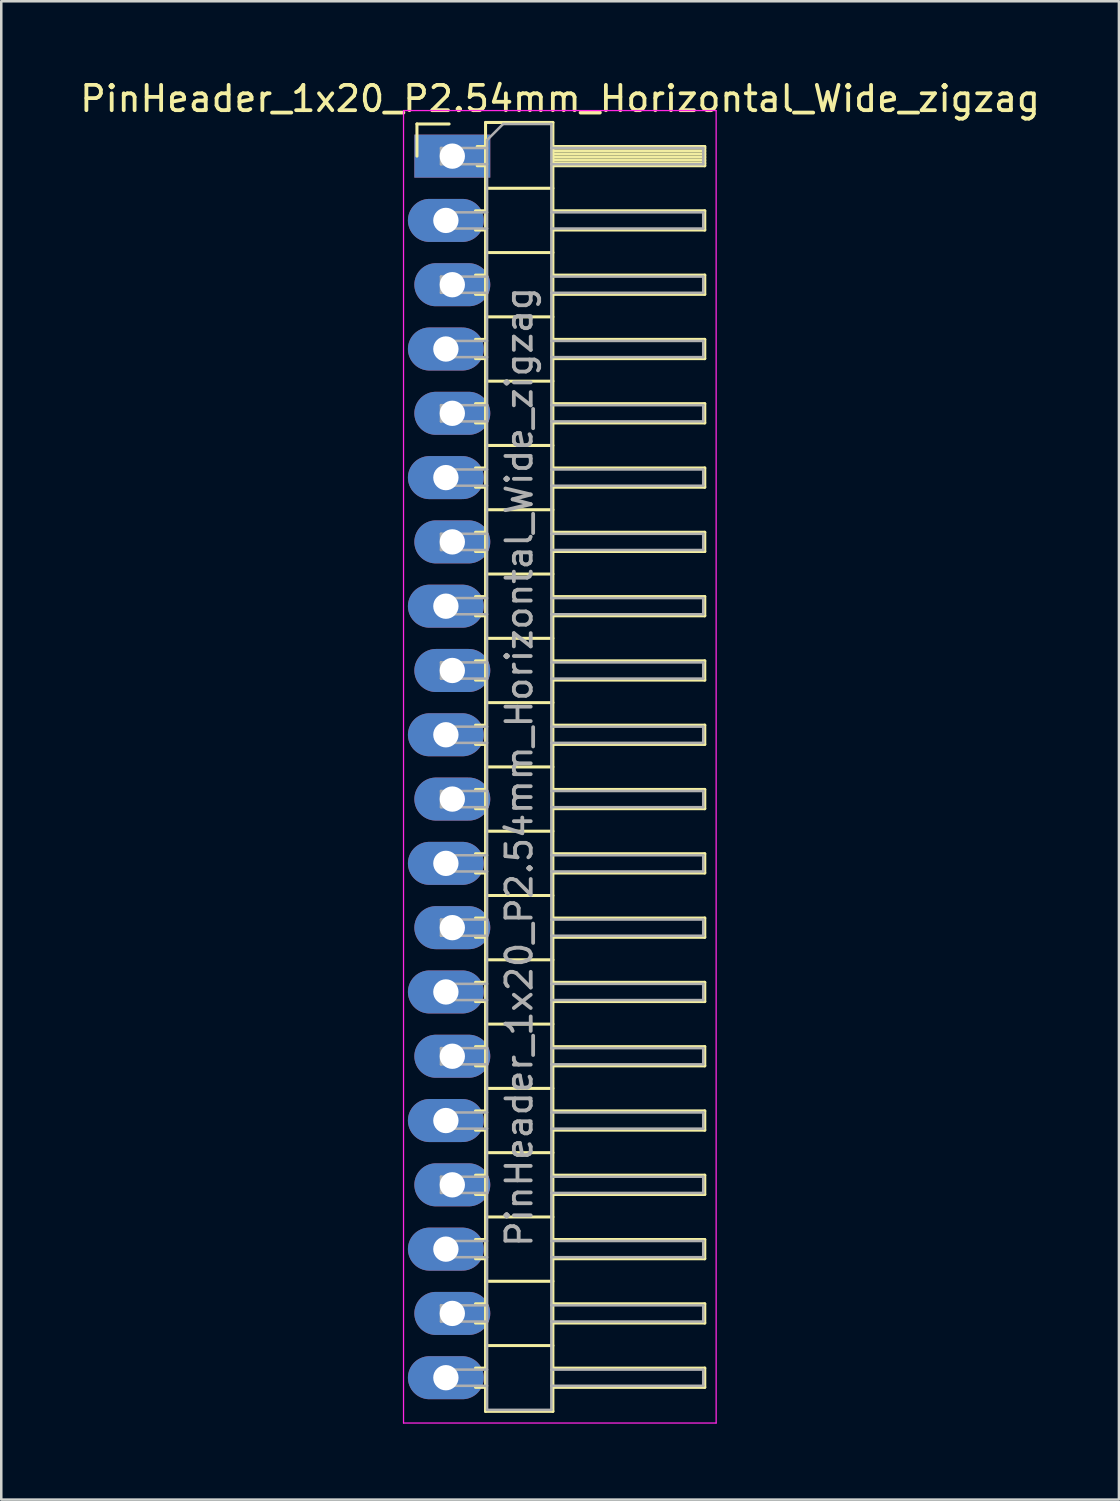
<source format=kicad_pcb>
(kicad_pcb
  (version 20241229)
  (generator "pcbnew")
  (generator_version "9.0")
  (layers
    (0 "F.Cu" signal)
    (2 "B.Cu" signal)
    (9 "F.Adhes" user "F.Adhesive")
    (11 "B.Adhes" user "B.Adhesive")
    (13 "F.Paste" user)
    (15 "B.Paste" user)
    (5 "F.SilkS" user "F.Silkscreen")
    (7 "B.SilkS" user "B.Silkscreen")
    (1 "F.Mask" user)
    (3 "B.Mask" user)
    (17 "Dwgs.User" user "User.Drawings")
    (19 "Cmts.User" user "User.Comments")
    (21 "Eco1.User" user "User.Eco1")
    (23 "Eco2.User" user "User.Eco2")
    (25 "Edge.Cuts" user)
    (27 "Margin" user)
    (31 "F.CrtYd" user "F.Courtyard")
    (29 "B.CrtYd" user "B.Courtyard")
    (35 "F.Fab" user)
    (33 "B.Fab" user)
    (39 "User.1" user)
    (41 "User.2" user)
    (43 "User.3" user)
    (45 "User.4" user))
  (footprint "PinHeader_1x20_P2.54mm_Horizontal_Wide_zigzag"
    (layer "F.Cu")
    (at 14.692 3.118)
    (property "Reference" "PinHeader_1x20_P2.54mm_Horizontal_Wide_zigzag" (at 4.385 -2.27 0) (layer "F.SilkS") (effects (font (size 1 1) (thickness 0.15))))
    (attr through_hole)
    (fp_line (start -1.27 -1.27) (end 0 -1.27) (stroke (width 0.12) (type solid)) (layer "F.SilkS"))
    (fp_line (start -1.27 0) (end -1.27 -1.27) (stroke (width 0.12) (type solid)) (layer "F.SilkS"))
    (fp_line (start 1.043 2.16) (end 1.44 2.16) (stroke (width 0.12) (type solid)) (layer "F.SilkS"))
    (fp_line (start 1.043 2.92) (end 1.44 2.92) (stroke (width 0.12) (type solid)) (layer "F.SilkS"))
    (fp_line (start 1.043 4.7) (end 1.44 4.7) (stroke (width 0.12) (type solid)) (layer "F.SilkS"))
    (fp_line (start 1.043 5.46) (end 1.44 5.46) (stroke (width 0.12) (type solid)) (layer "F.SilkS"))
    (fp_line (start 1.043 7.24) (end 1.44 7.24) (stroke (width 0.12) (type solid)) (layer "F.SilkS"))
    (fp_line (start 1.043 8) (end 1.44 8) (stroke (width 0.12) (type solid)) (layer "F.SilkS"))
    (fp_line (start 1.043 9.78) (end 1.44 9.78) (stroke (width 0.12) (type solid)) (layer "F.SilkS"))
    (fp_line (start 1.043 10.54) (end 1.44 10.54) (stroke (width 0.12) (type solid)) (layer "F.SilkS"))
    (fp_line (start 1.043 12.32) (end 1.44 12.32) (stroke (width 0.12) (type solid)) (layer "F.SilkS"))
    (fp_line (start 1.043 13.08) (end 1.44 13.08) (stroke (width 0.12) (type solid)) (layer "F.SilkS"))
    (fp_line (start 1.043 14.86) (end 1.44 14.86) (stroke (width 0.12) (type solid)) (layer "F.SilkS"))
    (fp_line (start 1.043 15.62) (end 1.44 15.62) (stroke (width 0.12) (type solid)) (layer "F.SilkS"))
    (fp_line (start 1.043 17.4) (end 1.44 17.4) (stroke (width 0.12) (type solid)) (layer "F.SilkS"))
    (fp_line (start 1.043 18.16) (end 1.44 18.16) (stroke (width 0.12) (type solid)) (layer "F.SilkS"))
    (fp_line (start 1.043 19.94) (end 1.44 19.94) (stroke (width 0.12) (type solid)) (layer "F.SilkS"))
    (fp_line (start 1.043 20.7) (end 1.44 20.7) (stroke (width 0.12) (type solid)) (layer "F.SilkS"))
    (fp_line (start 1.043 22.48) (end 1.44 22.48) (stroke (width 0.12) (type solid)) (layer "F.SilkS"))
    (fp_line (start 1.043 23.24) (end 1.44 23.24) (stroke (width 0.12) (type solid)) (layer "F.SilkS"))
    (fp_line (start 1.043 25.02) (end 1.44 25.02) (stroke (width 0.12) (type solid)) (layer "F.SilkS"))
    (fp_line (start 1.043 25.78) (end 1.44 25.78) (stroke (width 0.12) (type solid)) (layer "F.SilkS"))
    (fp_line (start 1.043 27.56) (end 1.44 27.56) (stroke (width 0.12) (type solid)) (layer "F.SilkS"))
    (fp_line (start 1.043 28.32) (end 1.44 28.32) (stroke (width 0.12) (type solid)) (layer "F.SilkS"))
    (fp_line (start 1.043 30.1) (end 1.44 30.1) (stroke (width 0.12) (type solid)) (layer "F.SilkS"))
    (fp_line (start 1.043 30.86) (end 1.44 30.86) (stroke (width 0.12) (type solid)) (layer "F.SilkS"))
    (fp_line (start 1.043 32.64) (end 1.44 32.64) (stroke (width 0.12) (type solid)) (layer "F.SilkS"))
    (fp_line (start 1.043 33.4) (end 1.44 33.4) (stroke (width 0.12) (type solid)) (layer "F.SilkS"))
    (fp_line (start 1.043 35.18) (end 1.44 35.18) (stroke (width 0.12) (type solid)) (layer "F.SilkS"))
    (fp_line (start 1.043 35.94) (end 1.44 35.94) (stroke (width 0.12) (type solid)) (layer "F.SilkS"))
    (fp_line (start 1.043 37.72) (end 1.44 37.72) (stroke (width 0.12) (type solid)) (layer "F.SilkS"))
    (fp_line (start 1.043 38.48) (end 1.44 38.48) (stroke (width 0.12) (type solid)) (layer "F.SilkS"))
    (fp_line (start 1.043 40.26) (end 1.44 40.26) (stroke (width 0.12) (type solid)) (layer "F.SilkS"))
    (fp_line (start 1.043 41.02) (end 1.44 41.02) (stroke (width 0.12) (type solid)) (layer "F.SilkS"))
    (fp_line (start 1.043 42.8) (end 1.44 42.8) (stroke (width 0.12) (type solid)) (layer "F.SilkS"))
    (fp_line (start 1.043 43.56) (end 1.44 43.56) (stroke (width 0.12) (type solid)) (layer "F.SilkS"))
    (fp_line (start 1.043 45.34) (end 1.44 45.34) (stroke (width 0.12) (type solid)) (layer "F.SilkS"))
    (fp_line (start 1.043 46.1) (end 1.44 46.1) (stroke (width 0.12) (type solid)) (layer "F.SilkS"))
    (fp_line (start 1.043 47.88) (end 1.44 47.88) (stroke (width 0.12) (type solid)) (layer "F.SilkS"))
    (fp_line (start 1.043 48.64) (end 1.44 48.64) (stroke (width 0.12) (type solid)) (layer "F.SilkS"))
    (fp_line (start 1.11 -0.38) (end 1.44 -0.38) (stroke (width 0.12) (type solid)) (layer "F.SilkS"))
    (fp_line (start 1.11 0.38) (end 1.44 0.38) (stroke (width 0.12) (type solid)) (layer "F.SilkS"))
    (fp_line (start 1.44 -1.33) (end 1.44 49.59) (stroke (width 0.12) (type solid)) (layer "F.SilkS"))
    (fp_line (start 1.44 1.27) (end 4.1 1.27) (stroke (width 0.12) (type solid)) (layer "F.SilkS"))
    (fp_line (start 1.44 3.81) (end 4.1 3.81) (stroke (width 0.12) (type solid)) (layer "F.SilkS"))
    (fp_line (start 1.44 6.35) (end 4.1 6.35) (stroke (width 0.12) (type solid)) (layer "F.SilkS"))
    (fp_line (start 1.44 8.89) (end 4.1 8.89) (stroke (width 0.12) (type solid)) (layer "F.SilkS"))
    (fp_line (start 1.44 11.43) (end 4.1 11.43) (stroke (width 0.12) (type solid)) (layer "F.SilkS"))
    (fp_line (start 1.44 13.97) (end 4.1 13.97) (stroke (width 0.12) (type solid)) (layer "F.SilkS"))
    (fp_line (start 1.44 16.51) (end 4.1 16.51) (stroke (width 0.12) (type solid)) (layer "F.SilkS"))
    (fp_line (start 1.44 19.05) (end 4.1 19.05) (stroke (width 0.12) (type solid)) (layer "F.SilkS"))
    (fp_line (start 1.44 21.59) (end 4.1 21.59) (stroke (width 0.12) (type solid)) (layer "F.SilkS"))
    (fp_line (start 1.44 24.13) (end 4.1 24.13) (stroke (width 0.12) (type solid)) (layer "F.SilkS"))
    (fp_line (start 1.44 26.67) (end 4.1 26.67) (stroke (width 0.12) (type solid)) (layer "F.SilkS"))
    (fp_line (start 1.44 29.21) (end 4.1 29.21) (stroke (width 0.12) (type solid)) (layer "F.SilkS"))
    (fp_line (start 1.44 31.75) (end 4.1 31.75) (stroke (width 0.12) (type solid)) (layer "F.SilkS"))
    (fp_line (start 1.44 34.29) (end 4.1 34.29) (stroke (width 0.12) (type solid)) (layer "F.SilkS"))
    (fp_line (start 1.44 36.83) (end 4.1 36.83) (stroke (width 0.12) (type solid)) (layer "F.SilkS"))
    (fp_line (start 1.44 39.37) (end 4.1 39.37) (stroke (width 0.12) (type solid)) (layer "F.SilkS"))
    (fp_line (start 1.44 41.91) (end 4.1 41.91) (stroke (width 0.12) (type solid)) (layer "F.SilkS"))
    (fp_line (start 1.44 44.45) (end 4.1 44.45) (stroke (width 0.12) (type solid)) (layer "F.SilkS"))
    (fp_line (start 1.44 46.99) (end 4.1 46.99) (stroke (width 0.12) (type solid)) (layer "F.SilkS"))
    (fp_line (start 1.44 49.59) (end 4.1 49.59) (stroke (width 0.12) (type solid)) (layer "F.SilkS"))
    (fp_line (start 4.1 -1.33) (end 1.44 -1.33) (stroke (width 0.12) (type solid)) (layer "F.SilkS"))
    (fp_line (start 4.1 -0.38) (end 10.1 -0.38) (stroke (width 0.12) (type solid)) (layer "F.SilkS"))
    (fp_line (start 4.1 -0.32) (end 10.1 -0.32) (stroke (width 0.12) (type solid)) (layer "F.SilkS"))
    (fp_line (start 4.1 -0.2) (end 10.1 -0.2) (stroke (width 0.12) (type solid)) (layer "F.SilkS"))
    (fp_line (start 4.1 -0.08) (end 10.1 -0.08) (stroke (width 0.12) (type solid)) (layer "F.SilkS"))
    (fp_line (start 4.1 0.04) (end 10.1 0.04) (stroke (width 0.12) (type solid)) (layer "F.SilkS"))
    (fp_line (start 4.1 0.16) (end 10.1 0.16) (stroke (width 0.12) (type solid)) (layer "F.SilkS"))
    (fp_line (start 4.1 0.28) (end 10.1 0.28) (stroke (width 0.12) (type solid)) (layer "F.SilkS"))
    (fp_line (start 4.1 2.16) (end 10.1 2.16) (stroke (width 0.12) (type solid)) (layer "F.SilkS"))
    (fp_line (start 4.1 4.7) (end 10.1 4.7) (stroke (width 0.12) (type solid)) (layer "F.SilkS"))
    (fp_line (start 4.1 7.24) (end 10.1 7.24) (stroke (width 0.12) (type solid)) (layer "F.SilkS"))
    (fp_line (start 4.1 9.78) (end 10.1 9.78) (stroke (width 0.12) (type solid)) (layer "F.SilkS"))
    (fp_line (start 4.1 12.32) (end 10.1 12.32) (stroke (width 0.12) (type solid)) (layer "F.SilkS"))
    (fp_line (start 4.1 14.86) (end 10.1 14.86) (stroke (width 0.12) (type solid)) (layer "F.SilkS"))
    (fp_line (start 4.1 17.4) (end 10.1 17.4) (stroke (width 0.12) (type solid)) (layer "F.SilkS"))
    (fp_line (start 4.1 19.94) (end 10.1 19.94) (stroke (width 0.12) (type solid)) (layer "F.SilkS"))
    (fp_line (start 4.1 22.48) (end 10.1 22.48) (stroke (width 0.12) (type solid)) (layer "F.SilkS"))
    (fp_line (start 4.1 25.02) (end 10.1 25.02) (stroke (width 0.12) (type solid)) (layer "F.SilkS"))
    (fp_line (start 4.1 27.56) (end 10.1 27.56) (stroke (width 0.12) (type solid)) (layer "F.SilkS"))
    (fp_line (start 4.1 30.1) (end 10.1 30.1) (stroke (width 0.12) (type solid)) (layer "F.SilkS"))
    (fp_line (start 4.1 32.64) (end 10.1 32.64) (stroke (width 0.12) (type solid)) (layer "F.SilkS"))
    (fp_line (start 4.1 35.18) (end 10.1 35.18) (stroke (width 0.12) (type solid)) (layer "F.SilkS"))
    (fp_line (start 4.1 37.72) (end 10.1 37.72) (stroke (width 0.12) (type solid)) (layer "F.SilkS"))
    (fp_line (start 4.1 40.26) (end 10.1 40.26) (stroke (width 0.12) (type solid)) (layer "F.SilkS"))
    (fp_line (start 4.1 42.8) (end 10.1 42.8) (stroke (width 0.12) (type solid)) (layer "F.SilkS"))
    (fp_line (start 4.1 45.34) (end 10.1 45.34) (stroke (width 0.12) (type solid)) (layer "F.SilkS"))
    (fp_line (start 4.1 47.88) (end 10.1 47.88) (stroke (width 0.12) (type solid)) (layer "F.SilkS"))
    (fp_line (start 4.1 49.59) (end 4.1 -1.33) (stroke (width 0.12) (type solid)) (layer "F.SilkS"))
    (fp_line (start 10.1 -0.38) (end 10.1 0.38) (stroke (width 0.12) (type solid)) (layer "F.SilkS"))
    (fp_line (start 10.1 0.38) (end 4.1 0.38) (stroke (width 0.12) (type solid)) (layer "F.SilkS"))
    (fp_line (start 10.1 2.16) (end 10.1 2.92) (stroke (width 0.12) (type solid)) (layer "F.SilkS"))
    (fp_line (start 10.1 2.92) (end 4.1 2.92) (stroke (width 0.12) (type solid)) (layer "F.SilkS"))
    (fp_line (start 10.1 4.7) (end 10.1 5.46) (stroke (width 0.12) (type solid)) (layer "F.SilkS"))
    (fp_line (start 10.1 5.46) (end 4.1 5.46) (stroke (width 0.12) (type solid)) (layer "F.SilkS"))
    (fp_line (start 10.1 7.24) (end 10.1 8) (stroke (width 0.12) (type solid)) (layer "F.SilkS"))
    (fp_line (start 10.1 8) (end 4.1 8) (stroke (width 0.12) (type solid)) (layer "F.SilkS"))
    (fp_line (start 10.1 9.78) (end 10.1 10.54) (stroke (width 0.12) (type solid)) (layer "F.SilkS"))
    (fp_line (start 10.1 10.54) (end 4.1 10.54) (stroke (width 0.12) (type solid)) (layer "F.SilkS"))
    (fp_line (start 10.1 12.32) (end 10.1 13.08) (stroke (width 0.12) (type solid)) (layer "F.SilkS"))
    (fp_line (start 10.1 13.08) (end 4.1 13.08) (stroke (width 0.12) (type solid)) (layer "F.SilkS"))
    (fp_line (start 10.1 14.86) (end 10.1 15.62) (stroke (width 0.12) (type solid)) (layer "F.SilkS"))
    (fp_line (start 10.1 15.62) (end 4.1 15.62) (stroke (width 0.12) (type solid)) (layer "F.SilkS"))
    (fp_line (start 10.1 17.4) (end 10.1 18.16) (stroke (width 0.12) (type solid)) (layer "F.SilkS"))
    (fp_line (start 10.1 18.16) (end 4.1 18.16) (stroke (width 0.12) (type solid)) (layer "F.SilkS"))
    (fp_line (start 10.1 19.94) (end 10.1 20.7) (stroke (width 0.12) (type solid)) (layer "F.SilkS"))
    (fp_line (start 10.1 20.7) (end 4.1 20.7) (stroke (width 0.12) (type solid)) (layer "F.SilkS"))
    (fp_line (start 10.1 22.48) (end 10.1 23.24) (stroke (width 0.12) (type solid)) (layer "F.SilkS"))
    (fp_line (start 10.1 23.24) (end 4.1 23.24) (stroke (width 0.12) (type solid)) (layer "F.SilkS"))
    (fp_line (start 10.1 25.02) (end 10.1 25.78) (stroke (width 0.12) (type solid)) (layer "F.SilkS"))
    (fp_line (start 10.1 25.78) (end 4.1 25.78) (stroke (width 0.12) (type solid)) (layer "F.SilkS"))
    (fp_line (start 10.1 27.56) (end 10.1 28.32) (stroke (width 0.12) (type solid)) (layer "F.SilkS"))
    (fp_line (start 10.1 28.32) (end 4.1 28.32) (stroke (width 0.12) (type solid)) (layer "F.SilkS"))
    (fp_line (start 10.1 30.1) (end 10.1 30.86) (stroke (width 0.12) (type solid)) (layer "F.SilkS"))
    (fp_line (start 10.1 30.86) (end 4.1 30.86) (stroke (width 0.12) (type solid)) (layer "F.SilkS"))
    (fp_line (start 10.1 32.64) (end 10.1 33.4) (stroke (width 0.12) (type solid)) (layer "F.SilkS"))
    (fp_line (start 10.1 33.4) (end 4.1 33.4) (stroke (width 0.12) (type solid)) (layer "F.SilkS"))
    (fp_line (start 10.1 35.18) (end 10.1 35.94) (stroke (width 0.12) (type solid)) (layer "F.SilkS"))
    (fp_line (start 10.1 35.94) (end 4.1 35.94) (stroke (width 0.12) (type solid)) (layer "F.SilkS"))
    (fp_line (start 10.1 37.72) (end 10.1 38.48) (stroke (width 0.12) (type solid)) (layer "F.SilkS"))
    (fp_line (start 10.1 38.48) (end 4.1 38.48) (stroke (width 0.12) (type solid)) (layer "F.SilkS"))
    (fp_line (start 10.1 40.26) (end 10.1 41.02) (stroke (width 0.12) (type solid)) (layer "F.SilkS"))
    (fp_line (start 10.1 41.02) (end 4.1 41.02) (stroke (width 0.12) (type solid)) (layer "F.SilkS"))
    (fp_line (start 10.1 42.8) (end 10.1 43.56) (stroke (width 0.12) (type solid)) (layer "F.SilkS"))
    (fp_line (start 10.1 43.56) (end 4.1 43.56) (stroke (width 0.12) (type solid)) (layer "F.SilkS"))
    (fp_line (start 10.1 45.34) (end 10.1 46.1) (stroke (width 0.12) (type solid)) (layer "F.SilkS"))
    (fp_line (start 10.1 46.1) (end 4.1 46.1) (stroke (width 0.12) (type solid)) (layer "F.SilkS"))
    (fp_line (start 10.1 47.88) (end 10.1 48.64) (stroke (width 0.12) (type solid)) (layer "F.SilkS"))
    (fp_line (start 10.1 48.64) (end 4.1 48.64) (stroke (width 0.12) (type solid)) (layer "F.SilkS"))
    (fp_line (start -1.8 -1.8) (end -1.8 50.05) (stroke (width 0.05) (type solid)) (layer "F.CrtYd"))
    (fp_line (start -1.8 50.05) (end 10.55 50.05) (stroke (width 0.05) (type solid)) (layer "F.CrtYd"))
    (fp_line (start 10.55 -1.8) (end -1.8 -1.8) (stroke (width 0.05) (type solid)) (layer "F.CrtYd"))
    (fp_line (start 10.55 50.05) (end 10.55 -1.8) (stroke (width 0.05) (type solid)) (layer "F.CrtYd"))
    (fp_line (start -0.32 -0.32) (end -0.32 0.32) (stroke (width 0.1) (type solid)) (layer "F.Fab"))
    (fp_line (start -0.32 -0.32) (end 1.5 -0.32) (stroke (width 0.1) (type solid)) (layer "F.Fab"))
    (fp_line (start -0.32 0.32) (end 1.5 0.32) (stroke (width 0.1) (type solid)) (layer "F.Fab"))
    (fp_line (start -0.32 2.22) (end -0.32 2.86) (stroke (width 0.1) (type solid)) (layer "F.Fab"))
    (fp_line (start -0.32 2.22) (end 1.5 2.22) (stroke (width 0.1) (type solid)) (layer "F.Fab"))
    (fp_line (start -0.32 2.86) (end 1.5 2.86) (stroke (width 0.1) (type solid)) (layer "F.Fab"))
    (fp_line (start -0.32 4.76) (end -0.32 5.4) (stroke (width 0.1) (type solid)) (layer "F.Fab"))
    (fp_line (start -0.32 4.76) (end 1.5 4.76) (stroke (width 0.1) (type solid)) (layer "F.Fab"))
    (fp_line (start -0.32 5.4) (end 1.5 5.4) (stroke (width 0.1) (type solid)) (layer "F.Fab"))
    (fp_line (start -0.32 7.3) (end -0.32 7.94) (stroke (width 0.1) (type solid)) (layer "F.Fab"))
    (fp_line (start -0.32 7.3) (end 1.5 7.3) (stroke (width 0.1) (type solid)) (layer "F.Fab"))
    (fp_line (start -0.32 7.94) (end 1.5 7.94) (stroke (width 0.1) (type solid)) (layer "F.Fab"))
    (fp_line (start -0.32 9.84) (end -0.32 10.48) (stroke (width 0.1) (type solid)) (layer "F.Fab"))
    (fp_line (start -0.32 9.84) (end 1.5 9.84) (stroke (width 0.1) (type solid)) (layer "F.Fab"))
    (fp_line (start -0.32 10.48) (end 1.5 10.48) (stroke (width 0.1) (type solid)) (layer "F.Fab"))
    (fp_line (start -0.32 12.38) (end -0.32 13.02) (stroke (width 0.1) (type solid)) (layer "F.Fab"))
    (fp_line (start -0.32 12.38) (end 1.5 12.38) (stroke (width 0.1) (type solid)) (layer "F.Fab"))
    (fp_line (start -0.32 13.02) (end 1.5 13.02) (stroke (width 0.1) (type solid)) (layer "F.Fab"))
    (fp_line (start -0.32 14.92) (end -0.32 15.56) (stroke (width 0.1) (type solid)) (layer "F.Fab"))
    (fp_line (start -0.32 14.92) (end 1.5 14.92) (stroke (width 0.1) (type solid)) (layer "F.Fab"))
    (fp_line (start -0.32 15.56) (end 1.5 15.56) (stroke (width 0.1) (type solid)) (layer "F.Fab"))
    (fp_line (start -0.32 17.46) (end -0.32 18.1) (stroke (width 0.1) (type solid)) (layer "F.Fab"))
    (fp_line (start -0.32 17.46) (end 1.5 17.46) (stroke (width 0.1) (type solid)) (layer "F.Fab"))
    (fp_line (start -0.32 18.1) (end 1.5 18.1) (stroke (width 0.1) (type solid)) (layer "F.Fab"))
    (fp_line (start -0.32 20) (end -0.32 20.64) (stroke (width 0.1) (type solid)) (layer "F.Fab"))
    (fp_line (start -0.32 20) (end 1.5 20) (stroke (width 0.1) (type solid)) (layer "F.Fab"))
    (fp_line (start -0.32 20.64) (end 1.5 20.64) (stroke (width 0.1) (type solid)) (layer "F.Fab"))
    (fp_line (start -0.32 22.54) (end -0.32 23.18) (stroke (width 0.1) (type solid)) (layer "F.Fab"))
    (fp_line (start -0.32 22.54) (end 1.5 22.54) (stroke (width 0.1) (type solid)) (layer "F.Fab"))
    (fp_line (start -0.32 23.18) (end 1.5 23.18) (stroke (width 0.1) (type solid)) (layer "F.Fab"))
    (fp_line (start -0.32 25.08) (end -0.32 25.72) (stroke (width 0.1) (type solid)) (layer "F.Fab"))
    (fp_line (start -0.32 25.08) (end 1.5 25.08) (stroke (width 0.1) (type solid)) (layer "F.Fab"))
    (fp_line (start -0.32 25.72) (end 1.5 25.72) (stroke (width 0.1) (type solid)) (layer "F.Fab"))
    (fp_line (start -0.32 27.62) (end -0.32 28.26) (stroke (width 0.1) (type solid)) (layer "F.Fab"))
    (fp_line (start -0.32 27.62) (end 1.5 27.62) (stroke (width 0.1) (type solid)) (layer "F.Fab"))
    (fp_line (start -0.32 28.26) (end 1.5 28.26) (stroke (width 0.1) (type solid)) (layer "F.Fab"))
    (fp_line (start -0.32 30.16) (end -0.32 30.8) (stroke (width 0.1) (type solid)) (layer "F.Fab"))
    (fp_line (start -0.32 30.16) (end 1.5 30.16) (stroke (width 0.1) (type solid)) (layer "F.Fab"))
    (fp_line (start -0.32 30.8) (end 1.5 30.8) (stroke (width 0.1) (type solid)) (layer "F.Fab"))
    (fp_line (start -0.32 32.7) (end -0.32 33.34) (stroke (width 0.1) (type solid)) (layer "F.Fab"))
    (fp_line (start -0.32 32.7) (end 1.5 32.7) (stroke (width 0.1) (type solid)) (layer "F.Fab"))
    (fp_line (start -0.32 33.34) (end 1.5 33.34) (stroke (width 0.1) (type solid)) (layer "F.Fab"))
    (fp_line (start -0.32 35.24) (end -0.32 35.88) (stroke (width 0.1) (type solid)) (layer "F.Fab"))
    (fp_line (start -0.32 35.24) (end 1.5 35.24) (stroke (width 0.1) (type solid)) (layer "F.Fab"))
    (fp_line (start -0.32 35.88) (end 1.5 35.88) (stroke (width 0.1) (type solid)) (layer "F.Fab"))
    (fp_line (start -0.32 37.78) (end -0.32 38.42) (stroke (width 0.1) (type solid)) (layer "F.Fab"))
    (fp_line (start -0.32 37.78) (end 1.5 37.78) (stroke (width 0.1) (type solid)) (layer "F.Fab"))
    (fp_line (start -0.32 38.42) (end 1.5 38.42) (stroke (width 0.1) (type solid)) (layer "F.Fab"))
    (fp_line (start -0.32 40.32) (end -0.32 40.96) (stroke (width 0.1) (type solid)) (layer "F.Fab"))
    (fp_line (start -0.32 40.32) (end 1.5 40.32) (stroke (width 0.1) (type solid)) (layer "F.Fab"))
    (fp_line (start -0.32 40.96) (end 1.5 40.96) (stroke (width 0.1) (type solid)) (layer "F.Fab"))
    (fp_line (start -0.32 42.86) (end -0.32 43.5) (stroke (width 0.1) (type solid)) (layer "F.Fab"))
    (fp_line (start -0.32 42.86) (end 1.5 42.86) (stroke (width 0.1) (type solid)) (layer "F.Fab"))
    (fp_line (start -0.32 43.5) (end 1.5 43.5) (stroke (width 0.1) (type solid)) (layer "F.Fab"))
    (fp_line (start -0.32 45.4) (end -0.32 46.04) (stroke (width 0.1) (type solid)) (layer "F.Fab"))
    (fp_line (start -0.32 45.4) (end 1.5 45.4) (stroke (width 0.1) (type solid)) (layer "F.Fab"))
    (fp_line (start -0.32 46.04) (end 1.5 46.04) (stroke (width 0.1) (type solid)) (layer "F.Fab"))
    (fp_line (start -0.32 47.94) (end -0.32 48.58) (stroke (width 0.1) (type solid)) (layer "F.Fab"))
    (fp_line (start -0.32 47.94) (end 1.5 47.94) (stroke (width 0.1) (type solid)) (layer "F.Fab"))
    (fp_line (start -0.32 48.58) (end 1.5 48.58) (stroke (width 0.1) (type solid)) (layer "F.Fab"))
    (fp_line (start 1.5 -0.635) (end 2.135 -1.27) (stroke (width 0.1) (type solid)) (layer "F.Fab"))
    (fp_line (start 1.5 49.53) (end 1.5 -0.635) (stroke (width 0.1) (type solid)) (layer "F.Fab"))
    (fp_line (start 2.135 -1.27) (end 4.04 -1.27) (stroke (width 0.1) (type solid)) (layer "F.Fab"))
    (fp_line (start 4.04 -1.27) (end 4.04 49.53) (stroke (width 0.1) (type solid)) (layer "F.Fab"))
    (fp_line (start 4.04 -0.32) (end 10.04 -0.32) (stroke (width 0.1) (type solid)) (layer "F.Fab"))
    (fp_line (start 4.04 0.32) (end 10.04 0.32) (stroke (width 0.1) (type solid)) (layer "F.Fab"))
    (fp_line (start 4.04 2.22) (end 10.04 2.22) (stroke (width 0.1) (type solid)) (layer "F.Fab"))
    (fp_line (start 4.04 2.86) (end 10.04 2.86) (stroke (width 0.1) (type solid)) (layer "F.Fab"))
    (fp_line (start 4.04 4.76) (end 10.04 4.76) (stroke (width 0.1) (type solid)) (layer "F.Fab"))
    (fp_line (start 4.04 5.4) (end 10.04 5.4) (stroke (width 0.1) (type solid)) (layer "F.Fab"))
    (fp_line (start 4.04 7.3) (end 10.04 7.3) (stroke (width 0.1) (type solid)) (layer "F.Fab"))
    (fp_line (start 4.04 7.94) (end 10.04 7.94) (stroke (width 0.1) (type solid)) (layer "F.Fab"))
    (fp_line (start 4.04 9.84) (end 10.04 9.84) (stroke (width 0.1) (type solid)) (layer "F.Fab"))
    (fp_line (start 4.04 10.48) (end 10.04 10.48) (stroke (width 0.1) (type solid)) (layer "F.Fab"))
    (fp_line (start 4.04 12.38) (end 10.04 12.38) (stroke (width 0.1) (type solid)) (layer "F.Fab"))
    (fp_line (start 4.04 13.02) (end 10.04 13.02) (stroke (width 0.1) (type solid)) (layer "F.Fab"))
    (fp_line (start 4.04 14.92) (end 10.04 14.92) (stroke (width 0.1) (type solid)) (layer "F.Fab"))
    (fp_line (start 4.04 15.56) (end 10.04 15.56) (stroke (width 0.1) (type solid)) (layer "F.Fab"))
    (fp_line (start 4.04 17.46) (end 10.04 17.46) (stroke (width 0.1) (type solid)) (layer "F.Fab"))
    (fp_line (start 4.04 18.1) (end 10.04 18.1) (stroke (width 0.1) (type solid)) (layer "F.Fab"))
    (fp_line (start 4.04 20) (end 10.04 20) (stroke (width 0.1) (type solid)) (layer "F.Fab"))
    (fp_line (start 4.04 20.64) (end 10.04 20.64) (stroke (width 0.1) (type solid)) (layer "F.Fab"))
    (fp_line (start 4.04 22.54) (end 10.04 22.54) (stroke (width 0.1) (type solid)) (layer "F.Fab"))
    (fp_line (start 4.04 23.18) (end 10.04 23.18) (stroke (width 0.1) (type solid)) (layer "F.Fab"))
    (fp_line (start 4.04 25.08) (end 10.04 25.08) (stroke (width 0.1) (type solid)) (layer "F.Fab"))
    (fp_line (start 4.04 25.72) (end 10.04 25.72) (stroke (width 0.1) (type solid)) (layer "F.Fab"))
    (fp_line (start 4.04 27.62) (end 10.04 27.62) (stroke (width 0.1) (type solid)) (layer "F.Fab"))
    (fp_line (start 4.04 28.26) (end 10.04 28.26) (stroke (width 0.1) (type solid)) (layer "F.Fab"))
    (fp_line (start 4.04 30.16) (end 10.04 30.16) (stroke (width 0.1) (type solid)) (layer "F.Fab"))
    (fp_line (start 4.04 30.8) (end 10.04 30.8) (stroke (width 0.1) (type solid)) (layer "F.Fab"))
    (fp_line (start 4.04 32.7) (end 10.04 32.7) (stroke (width 0.1) (type solid)) (layer "F.Fab"))
    (fp_line (start 4.04 33.34) (end 10.04 33.34) (stroke (width 0.1) (type solid)) (layer "F.Fab"))
    (fp_line (start 4.04 35.24) (end 10.04 35.24) (stroke (width 0.1) (type solid)) (layer "F.Fab"))
    (fp_line (start 4.04 35.88) (end 10.04 35.88) (stroke (width 0.1) (type solid)) (layer "F.Fab"))
    (fp_line (start 4.04 37.78) (end 10.04 37.78) (stroke (width 0.1) (type solid)) (layer "F.Fab"))
    (fp_line (start 4.04 38.42) (end 10.04 38.42) (stroke (width 0.1) (type solid)) (layer "F.Fab"))
    (fp_line (start 4.04 40.32) (end 10.04 40.32) (stroke (width 0.1) (type solid)) (layer "F.Fab"))
    (fp_line (start 4.04 40.96) (end 10.04 40.96) (stroke (width 0.1) (type solid)) (layer "F.Fab"))
    (fp_line (start 4.04 42.86) (end 10.04 42.86) (stroke (width 0.1) (type solid)) (layer "F.Fab"))
    (fp_line (start 4.04 43.5) (end 10.04 43.5) (stroke (width 0.1) (type solid)) (layer "F.Fab"))
    (fp_line (start 4.04 45.4) (end 10.04 45.4) (stroke (width 0.1) (type solid)) (layer "F.Fab"))
    (fp_line (start 4.04 46.04) (end 10.04 46.04) (stroke (width 0.1) (type solid)) (layer "F.Fab"))
    (fp_line (start 4.04 47.94) (end 10.04 47.94) (stroke (width 0.1) (type solid)) (layer "F.Fab"))
    (fp_line (start 4.04 48.58) (end 10.04 48.58) (stroke (width 0.1) (type solid)) (layer "F.Fab"))
    (fp_line (start 4.04 49.53) (end 1.5 49.53) (stroke (width 0.1) (type solid)) (layer "F.Fab"))
    (fp_line (start 10.04 -0.32) (end 10.04 0.32) (stroke (width 0.1) (type solid)) (layer "F.Fab"))
    (fp_line (start 10.04 2.22) (end 10.04 2.86) (stroke (width 0.1) (type solid)) (layer "F.Fab"))
    (fp_line (start 10.04 4.76) (end 10.04 5.4) (stroke (width 0.1) (type solid)) (layer "F.Fab"))
    (fp_line (start 10.04 7.3) (end 10.04 7.94) (stroke (width 0.1) (type solid)) (layer "F.Fab"))
    (fp_line (start 10.04 9.84) (end 10.04 10.48) (stroke (width 0.1) (type solid)) (layer "F.Fab"))
    (fp_line (start 10.04 12.38) (end 10.04 13.02) (stroke (width 0.1) (type solid)) (layer "F.Fab"))
    (fp_line (start 10.04 14.92) (end 10.04 15.56) (stroke (width 0.1) (type solid)) (layer "F.Fab"))
    (fp_line (start 10.04 17.46) (end 10.04 18.1) (stroke (width 0.1) (type solid)) (layer "F.Fab"))
    (fp_line (start 10.04 20) (end 10.04 20.64) (stroke (width 0.1) (type solid)) (layer "F.Fab"))
    (fp_line (start 10.04 22.54) (end 10.04 23.18) (stroke (width 0.1) (type solid)) (layer "F.Fab"))
    (fp_line (start 10.04 25.08) (end 10.04 25.72) (stroke (width 0.1) (type solid)) (layer "F.Fab"))
    (fp_line (start 10.04 27.62) (end 10.04 28.26) (stroke (width 0.1) (type solid)) (layer "F.Fab"))
    (fp_line (start 10.04 30.16) (end 10.04 30.8) (stroke (width 0.1) (type solid)) (layer "F.Fab"))
    (fp_line (start 10.04 32.7) (end 10.04 33.34) (stroke (width 0.1) (type solid)) (layer "F.Fab"))
    (fp_line (start 10.04 35.24) (end 10.04 35.88) (stroke (width 0.1) (type solid)) (layer "F.Fab"))
    (fp_line (start 10.04 37.78) (end 10.04 38.42) (stroke (width 0.1) (type solid)) (layer "F.Fab"))
    (fp_line (start 10.04 40.32) (end 10.04 40.96) (stroke (width 0.1) (type solid)) (layer "F.Fab"))
    (fp_line (start 10.04 42.86) (end 10.04 43.5) (stroke (width 0.1) (type solid)) (layer "F.Fab"))
    (fp_line (start 10.04 45.4) (end 10.04 46.04) (stroke (width 0.1) (type solid)) (layer "F.Fab"))
    (fp_line (start 10.04 47.94) (end 10.04 48.58) (stroke (width 0.1) (type solid)) (layer "F.Fab"))
    (fp_text user "${REFERENCE}" (at 2.77 24.13 90) (layer "F.Fab") (effects (font (size 1 1) (thickness 0.15))))
    (pad "1" thru_hole rect (at 0.127 0) (size 3 1.7) (drill 1) (layers "*.Cu" "*.Mask"))
    (pad "2" thru_hole oval (at -0.127 2.54) (size 3 1.7) (drill 1) (layers "*.Cu" "*.Mask"))
    (pad "3" thru_hole oval (at 0.127 5.08) (size 3 1.7) (drill 1) (layers "*.Cu" "*.Mask"))
    (pad "4" thru_hole oval (at -0.127 7.62) (size 3 1.7) (drill 1) (layers "*.Cu" "*.Mask"))
    (pad "5" thru_hole oval (at 0.127 10.16) (size 3 1.7) (drill 1) (layers "*.Cu" "*.Mask"))
    (pad "6" thru_hole oval (at -0.127 12.7) (size 3 1.7) (drill 1) (layers "*.Cu" "*.Mask"))
    (pad "7" thru_hole oval (at 0.127 15.24) (size 3 1.7) (drill 1) (layers "*.Cu" "*.Mask"))
    (pad "8" thru_hole oval (at -0.127 17.78) (size 3 1.7) (drill 1) (layers "*.Cu" "*.Mask"))
    (pad "9" thru_hole oval (at 0.127 20.32) (size 3 1.7) (drill 1) (layers "*.Cu" "*.Mask"))
    (pad "10" thru_hole oval (at -0.127 22.86) (size 3 1.7) (drill 1) (layers "*.Cu" "*.Mask"))
    (pad "11" thru_hole oval (at 0.127 25.4) (size 3 1.7) (drill 1) (layers "*.Cu" "*.Mask"))
    (pad "12" thru_hole oval (at -0.127 27.94) (size 3 1.7) (drill 1) (layers "*.Cu" "*.Mask"))
    (pad "13" thru_hole oval (at 0.127 30.48) (size 3 1.7) (drill 1) (layers "*.Cu" "*.Mask"))
    (pad "14" thru_hole oval (at -0.127 33.02) (size 3 1.7) (drill 1) (layers "*.Cu" "*.Mask"))
    (pad "15" thru_hole oval (at 0.127 35.56) (size 3 1.7) (drill 1) (layers "*.Cu" "*.Mask"))
    (pad "16" thru_hole oval (at -0.127 38.1) (size 3 1.7) (drill 1) (layers "*.Cu" "*.Mask"))
    (pad "17" thru_hole oval (at 0.127 40.64) (size 3 1.7) (drill 1) (layers "*.Cu" "*.Mask"))
    (pad "18" thru_hole oval (at -0.127 43.18) (size 3 1.7) (drill 1) (layers "*.Cu" "*.Mask"))
    (pad "19" thru_hole oval (at 0.127 45.72) (size 3 1.7) (drill 1) (layers "*.Cu" "*.Mask"))
    (pad "20" thru_hole oval (at -0.127 48.26) (size 3 1.7) (drill 1) (layers "*.Cu" "*.Mask")))
  (gr_rect
    (start -3 -3)
    (end 41.155 56.193)
    (stroke (width 0.1) (type default))
    (fill no)
    (layer "Edge.Cuts")))
</source>
